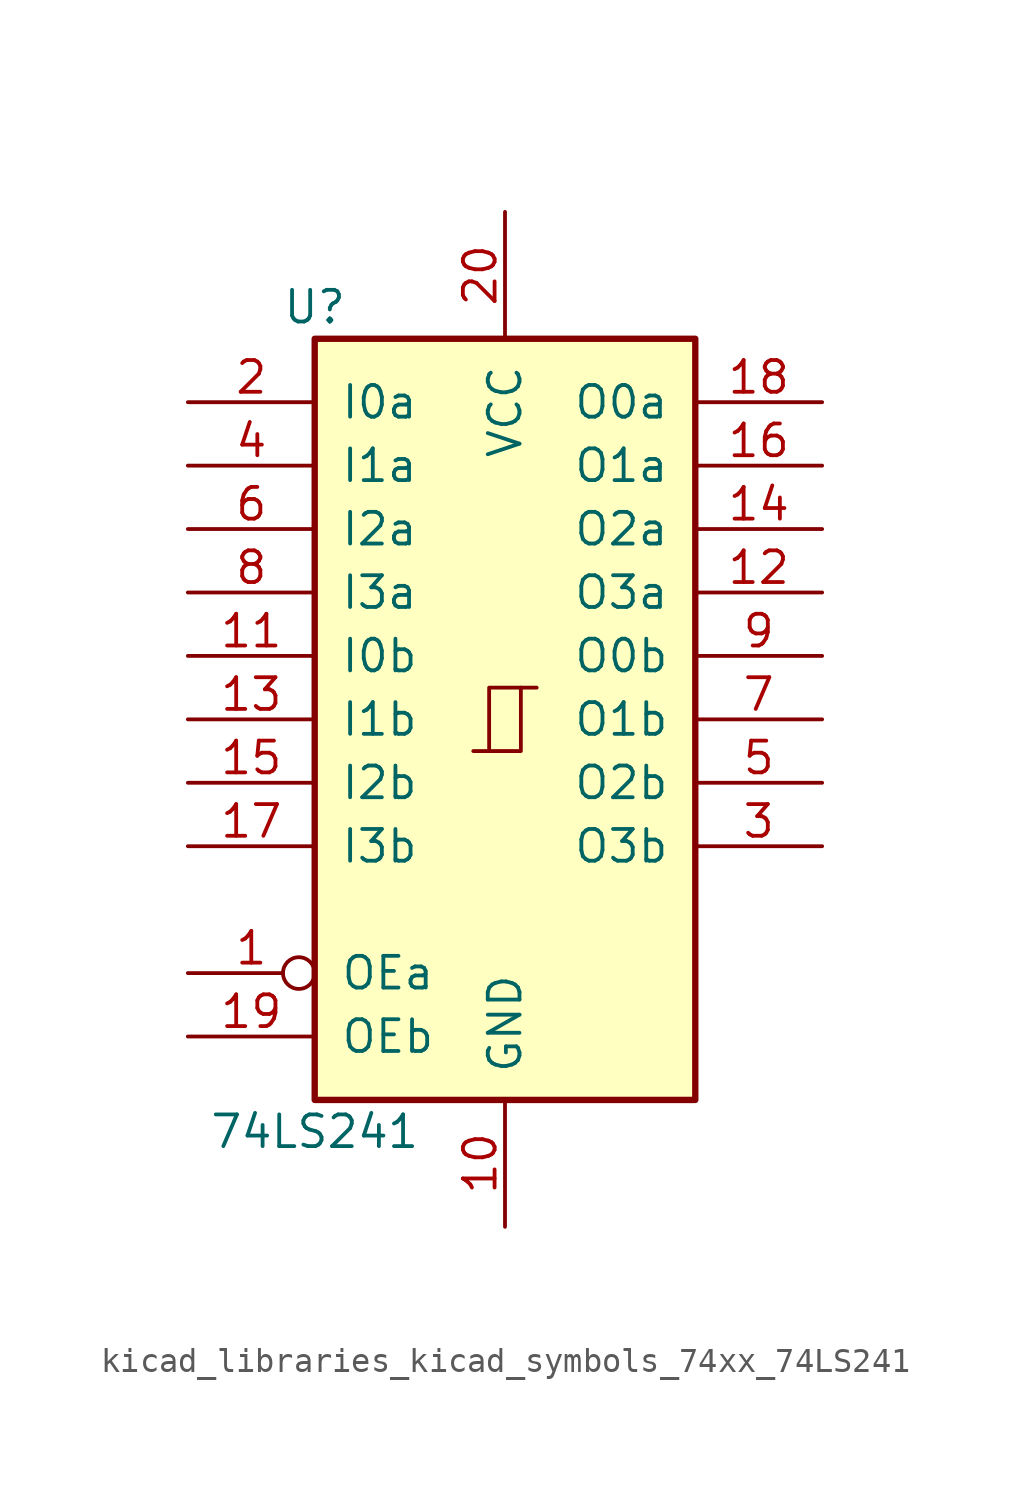
<source format=kicad_sym>
(kicad_symbol_lib
  (version 20220914)
  (generator kicad_symbol_editor)
  (symbol "kicad_libraries_kicad_symbols_74xx_74LS241"
    (pin_names
      (offset 1.016))
    (property "Reference" "U"
      (at -7.62 16.51 0)
      (effects (font (size 1.27 1.27))))
    (property "Value" "74LS241"
      (at -7.62 -16.51 0)
      (effects (font (size 1.27 1.27))))
    (symbol "kicad_libraries_kicad_symbols_74xx_74LS241_1_0"
      (polyline (pts (xy -0.635 -1.27) (xy -0.635 1.27) (xy 0.635 1.27)) (stroke (width 0) (type default)) (fill (type none)))
      (polyline (pts (xy -1.27 -1.27) (xy 0.635 -1.27) (xy 0.635 1.27) (xy 1.27 1.27)) (stroke (width 0) (type default)) (fill (type none)))
      (pin input inverted (at -12.7 -10.16 0) (length 5.08) (name "OEa" (effects (font (size 1.27 1.27)))) (number "1" (effects (font (size 1.27 1.27)))))
      (pin power_in line (at 0 -20.32 90) (length 5.08) (name "GND" (effects (font (size 1.27 1.27)))) (number "10" (effects (font (size 1.27 1.27)))))
      (pin input line (at -12.7 2.54 0) (length 5.08) (name "I0b" (effects (font (size 1.27 1.27)))) (number "11" (effects (font (size 1.27 1.27)))))
      (pin tri_state line (at 12.7 5.08 180) (length 5.08) (name "O3a" (effects (font (size 1.27 1.27)))) (number "12" (effects (font (size 1.27 1.27)))))
      (pin input line (at -12.7 0 0) (length 5.08) (name "I1b" (effects (font (size 1.27 1.27)))) (number "13" (effects (font (size 1.27 1.27)))))
      (pin tri_state line (at 12.7 7.62 180) (length 5.08) (name "O2a" (effects (font (size 1.27 1.27)))) (number "14" (effects (font (size 1.27 1.27)))))
      (pin input line (at -12.7 -2.54 0) (length 5.08) (name "I2b" (effects (font (size 1.27 1.27)))) (number "15" (effects (font (size 1.27 1.27)))))
      (pin tri_state line (at 12.7 10.16 180) (length 5.08) (name "O1a" (effects (font (size 1.27 1.27)))) (number "16" (effects (font (size 1.27 1.27)))))
      (pin input line (at -12.7 -5.08 0) (length 5.08) (name "I3b" (effects (font (size 1.27 1.27)))) (number "17" (effects (font (size 1.27 1.27)))))
      (pin tri_state line (at 12.7 12.7 180) (length 5.08) (name "O0a" (effects (font (size 1.27 1.27)))) (number "18" (effects (font (size 1.27 1.27)))))
      (pin input line (at -12.7 -12.7 0) (length 5.08) (name "OEb" (effects (font (size 1.27 1.27)))) (number "19" (effects (font (size 1.27 1.27)))))
      (pin input line (at -12.7 12.7 0) (length 5.08) (name "I0a" (effects (font (size 1.27 1.27)))) (number "2" (effects (font (size 1.27 1.27)))))
      (pin power_in line (at 0 20.32 270) (length 5.08) (name "VCC" (effects (font (size 1.27 1.27)))) (number "20" (effects (font (size 1.27 1.27)))))
      (pin tri_state line (at 12.7 -5.08 180) (length 5.08) (name "O3b" (effects (font (size 1.27 1.27)))) (number "3" (effects (font (size 1.27 1.27)))))
      (pin input line (at -12.7 10.16 0) (length 5.08) (name "I1a" (effects (font (size 1.27 1.27)))) (number "4" (effects (font (size 1.27 1.27)))))
      (pin tri_state line (at 12.7 -2.54 180) (length 5.08) (name "O2b" (effects (font (size 1.27 1.27)))) (number "5" (effects (font (size 1.27 1.27)))))
      (pin input line (at -12.7 7.62 0) (length 5.08) (name "I2a" (effects (font (size 1.27 1.27)))) (number "6" (effects (font (size 1.27 1.27)))))
      (pin tri_state line (at 12.7 0 180) (length 5.08) (name "O1b" (effects (font (size 1.27 1.27)))) (number "7" (effects (font (size 1.27 1.27)))))
      (pin input line (at -12.7 5.08 0) (length 5.08) (name "I3a" (effects (font (size 1.27 1.27)))) (number "8" (effects (font (size 1.27 1.27)))))
      (pin tri_state line (at 12.7 2.54 180) (length 5.08) (name "O0b" (effects (font (size 1.27 1.27)))) (number "9" (effects (font (size 1.27 1.27))))))
    (symbol "kicad_libraries_kicad_symbols_74xx_74LS241_1_1"
      (rectangle (start -7.62 15.24) (end 7.62 -15.24) (stroke (width 0.254) (type default)) (fill (type background))))))
</source>
